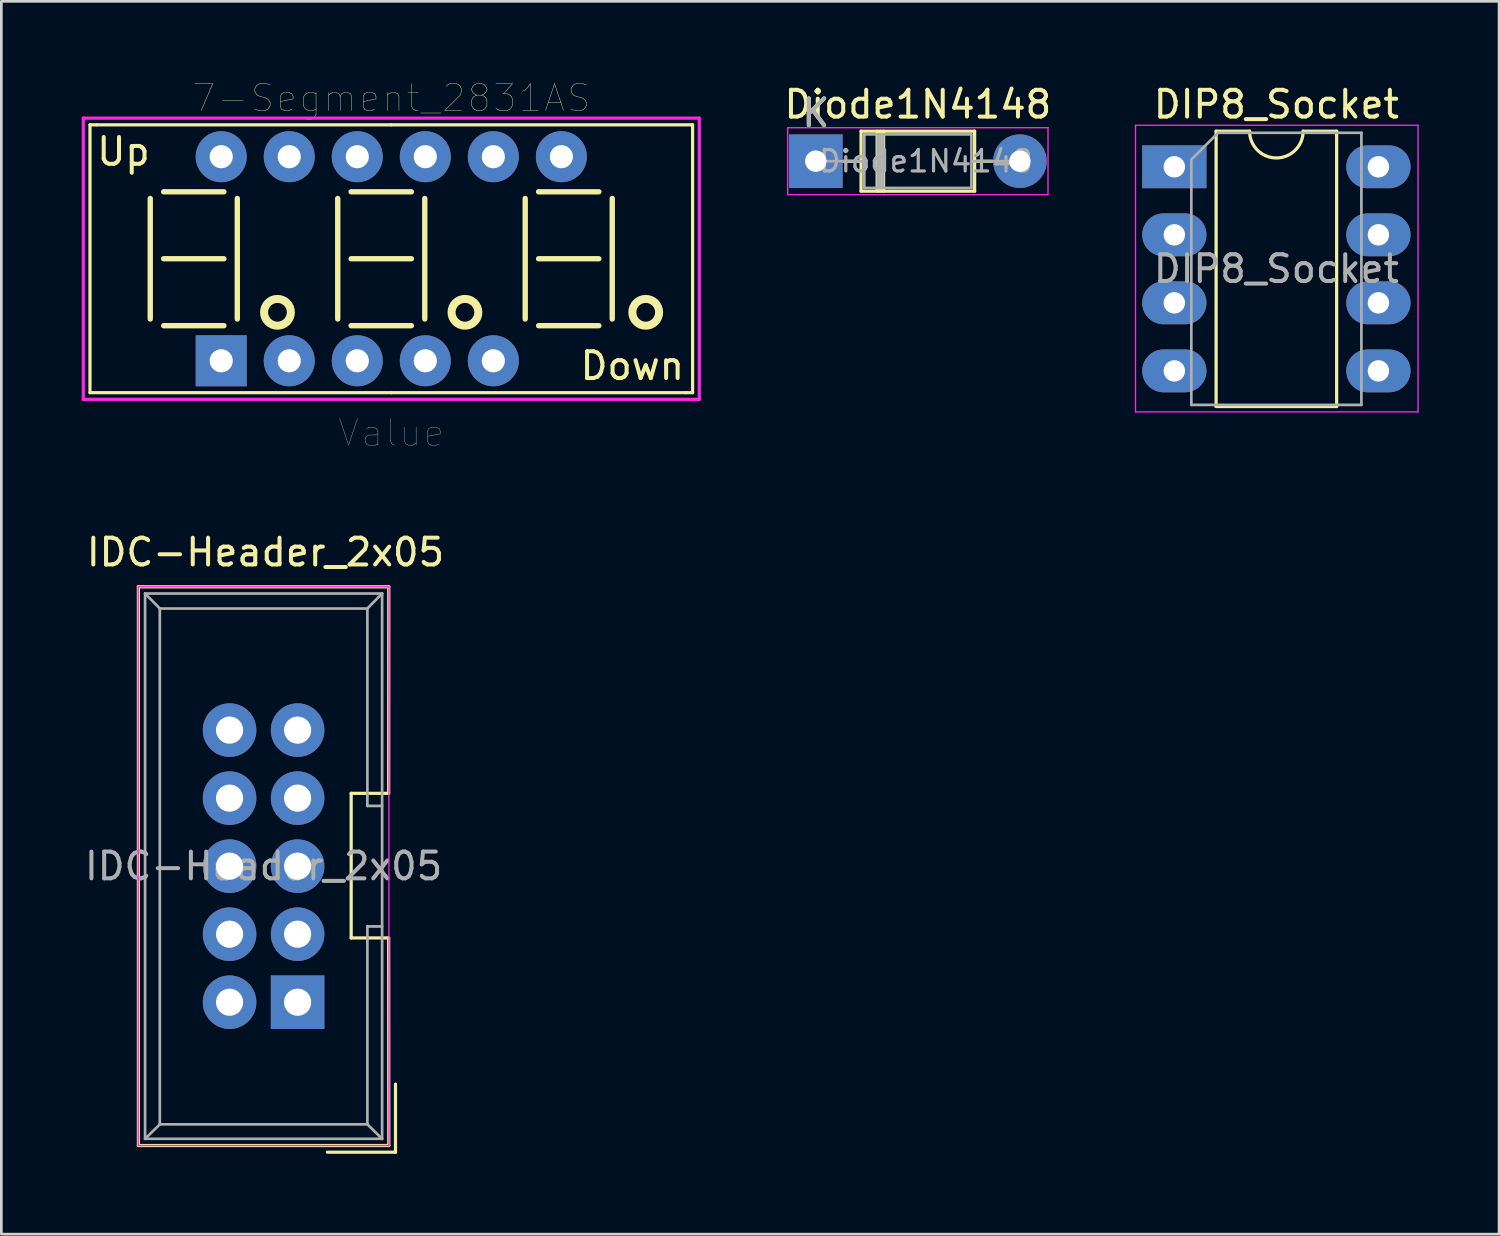
<source format=kicad_pcb>
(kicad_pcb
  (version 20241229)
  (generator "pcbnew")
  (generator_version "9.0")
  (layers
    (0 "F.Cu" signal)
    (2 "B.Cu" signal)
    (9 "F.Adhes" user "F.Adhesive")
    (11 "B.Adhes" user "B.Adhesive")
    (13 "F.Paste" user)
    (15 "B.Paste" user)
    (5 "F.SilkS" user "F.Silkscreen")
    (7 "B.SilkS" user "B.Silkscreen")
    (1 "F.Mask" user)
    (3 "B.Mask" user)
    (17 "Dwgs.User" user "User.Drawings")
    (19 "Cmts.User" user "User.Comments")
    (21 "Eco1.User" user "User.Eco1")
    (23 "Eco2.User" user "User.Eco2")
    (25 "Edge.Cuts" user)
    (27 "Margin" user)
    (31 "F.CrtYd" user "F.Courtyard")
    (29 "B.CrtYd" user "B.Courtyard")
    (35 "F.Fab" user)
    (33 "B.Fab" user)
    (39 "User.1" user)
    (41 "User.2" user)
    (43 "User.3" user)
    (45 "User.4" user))
  (footprint "7-Segment_2831AS"
    (layer "F.Cu")
    (at 11.56 6.611)
    (property "Reference" "7-Segment_2831AS" (at 0 -6 0) (layer "F.SilkS") (effects (font (size 1 1) (thickness 0.015))))
    (attr through_hole)
    (fp_line (start -11.25 -5) (end -11.25 5) (stroke (width 0.12) (type solid)) (layer "F.SilkS"))
    (fp_line (start -11.25 5) (end 0 5) (stroke (width 0.12) (type solid)) (layer "F.SilkS"))
    (fp_line (start -11 -5) (end -11.25 -5) (stroke (width 0.12) (type solid)) (layer "F.SilkS"))
    (fp_line (start -9 2.25) (end -9 -2.25) (stroke (width 0.2) (type solid)) (layer "F.SilkS"))
    (fp_line (start -8.5 -2.5) (end -6.25 -2.5) (stroke (width 0.2) (type solid)) (layer "F.SilkS"))
    (fp_line (start -8.5 0) (end -6.25 0) (stroke (width 0.2) (type solid)) (layer "F.SilkS"))
    (fp_line (start -6.25 2.5) (end -8.5 2.5) (stroke (width 0.2) (type solid)) (layer "F.SilkS"))
    (fp_line (start -5.75 -2.25) (end -5.75 2.25) (stroke (width 0.2) (type solid)) (layer "F.SilkS"))
    (fp_line (start -2 -2.25) (end -2 2.25) (stroke (width 0.2) (type solid)) (layer "F.SilkS"))
    (fp_line (start -1.5 0) (end 0.75 0) (stroke (width 0.2) (type solid)) (layer "F.SilkS"))
    (fp_line (start -1.5 2.5) (end 0.75 2.5) (stroke (width 0.2) (type solid)) (layer "F.SilkS"))
    (fp_line (start 0 -5) (end -11 -5) (stroke (width 0.12) (type solid)) (layer "F.SilkS"))
    (fp_line (start 0 -5) (end 11.25 -5) (stroke (width 0.12) (type solid)) (layer "F.SilkS"))
    (fp_line (start 0 5) (end 11 5) (stroke (width 0.12) (type solid)) (layer "F.SilkS"))
    (fp_line (start 0.75 -2.5) (end -1.5 -2.5) (stroke (width 0.2) (type solid)) (layer "F.SilkS"))
    (fp_line (start 1.25 2.25) (end 1.25 -2.25) (stroke (width 0.2) (type solid)) (layer "F.SilkS"))
    (fp_line (start 5 2.25) (end 5 -2.25) (stroke (width 0.2) (type solid)) (layer "F.SilkS"))
    (fp_line (start 5.5 -2.5) (end 7.75 -2.5) (stroke (width 0.2) (type solid)) (layer "F.SilkS"))
    (fp_line (start 5.5 0) (end 7.75 0) (stroke (width 0.2) (type solid)) (layer "F.SilkS"))
    (fp_line (start 7.75 2.5) (end 5.5 2.5) (stroke (width 0.2) (type solid)) (layer "F.SilkS"))
    (fp_line (start 8.25 -2.25) (end 8.25 2.25) (stroke (width 0.2) (type solid)) (layer "F.SilkS"))
    (fp_line (start 11 5) (end 11.25 5) (stroke (width 0.12) (type solid)) (layer "F.SilkS"))
    (fp_line (start 11.25 -5) (end 11.25 5) (stroke (width 0.12) (type solid)) (layer "F.SilkS"))
    (fp_circle (center -4.25 2) (end -3.75 2) (stroke (width 0.3) (type solid)) (fill no) (layer "F.SilkS"))
    (fp_circle (center 2.75 2) (end 3.25 2) (stroke (width 0.3) (type solid)) (fill no) (layer "F.SilkS"))
    (fp_circle (center 9.5 2) (end 10 2) (stroke (width 0.3) (type solid)) (fill no) (layer "F.SilkS"))
    (fp_line (start -11.5 -5.25) (end 11.5 -5.25) (stroke (width 0.12) (type solid)) (layer "F.CrtYd"))
    (fp_line (start -11.5 5.25) (end -11.5 -5.25) (stroke (width 0.12) (type solid)) (layer "F.CrtYd"))
    (fp_line (start 11.5 -5.25) (end 11.5 5.25) (stroke (width 0.12) (type solid)) (layer "F.CrtYd"))
    (fp_line (start 11.5 5.25) (end -11.5 5.25) (stroke (width 0.12) (type solid)) (layer "F.CrtYd"))
    (fp_text user "Down" (at 9 4 0) (layer "F.SilkS") (effects (font (size 1 1) (thickness 0.15))))
    (fp_text user "Up" (at -10 -4 0) (layer "F.SilkS") (effects (font (size 1 1) (thickness 0.15))))
    (fp_text user "Value" (at 0 6.5 0) (layer "F.Fab") (effects (font (size 1 1) (thickness 0.015))))
    (pad "1" thru_hole rect (at -6.35 3.81) (size 1.905 1.905) (drill 0.864) (layers "*.Cu" "*.Mask"))
    (pad "2" thru_hole circle (at -3.81 3.81) (size 1.905 1.905) (drill 0.864) (layers "*.Cu" "*.Mask"))
    (pad "3" thru_hole circle (at -1.27 3.81) (size 1.905 1.905) (drill 0.864) (layers "*.Cu" "*.Mask"))
    (pad "4" thru_hole circle (at 1.27 3.81) (size 1.905 1.905) (drill 0.864) (layers "*.Cu" "*.Mask"))
    (pad "5" thru_hole circle (at 3.81 3.81) (size 1.905 1.905) (drill 0.864) (layers "*.Cu" "*.Mask"))
    (pad "7" thru_hole circle (at 6.35 -3.81) (size 1.905 1.905) (drill 0.864) (layers "*.Cu" "*.Mask"))
    (pad "8" thru_hole circle (at 3.81 -3.81) (size 1.905 1.905) (drill 0.864) (layers "*.Cu" "*.Mask"))
    (pad "9" thru_hole circle (at 1.27 -3.81) (size 1.905 1.905) (drill 0.864) (layers "*.Cu" "*.Mask"))
    (pad "10" thru_hole circle (at -1.27 -3.81) (size 1.905 1.905) (drill 0.864) (layers "*.Cu" "*.Mask"))
    (pad "11" thru_hole circle (at -3.81 -3.81) (size 1.905 1.905) (drill 0.864) (layers "*.Cu" "*.Mask"))
    (pad "12" thru_hole circle (at -6.35 -3.81) (size 1.905 1.905) (drill 0.864) (layers "*.Cu" "*.Mask")))
  (footprint "DIP8_Socket"
    (layer "F.Cu")
    (at 40.797 3.178)
    (property "Reference" "DIP8_Socket" (at 3.81 -2.33 0) (layer "F.SilkS") (effects (font (size 1 1) (thickness 0.15))))
    (attr through_hole)
    (fp_line (start 1.56 -1.33) (end 1.56 8.95) (stroke (width 0.12) (type solid)) (layer "F.SilkS"))
    (fp_line (start 1.56 8.95) (end 6.06 8.95) (stroke (width 0.12) (type solid)) (layer "F.SilkS"))
    (fp_line (start 2.81 -1.33) (end 1.56 -1.33) (stroke (width 0.12) (type solid)) (layer "F.SilkS"))
    (fp_line (start 6.06 -1.33) (end 4.81 -1.33) (stroke (width 0.12) (type solid)) (layer "F.SilkS"))
    (fp_line (start 6.06 8.95) (end 6.06 -1.33) (stroke (width 0.12) (type solid)) (layer "F.SilkS"))
    (fp_arc (start 4.81 -1.33) (mid 3.81 -0.33) (end 2.81 -1.33) (stroke (width 0.12) (type solid)) (layer "F.SilkS"))
    (fp_line (start -1.45 -1.55) (end -1.45 9.15) (stroke (width 0.05) (type solid)) (layer "F.CrtYd"))
    (fp_line (start -1.45 9.15) (end 9.1 9.15) (stroke (width 0.05) (type solid)) (layer "F.CrtYd"))
    (fp_line (start 9.1 -1.55) (end -1.45 -1.55) (stroke (width 0.05) (type solid)) (layer "F.CrtYd"))
    (fp_line (start 9.1 9.15) (end 9.1 -1.55) (stroke (width 0.05) (type solid)) (layer "F.CrtYd"))
    (fp_line (start 0.635 -0.27) (end 1.635 -1.27) (stroke (width 0.1) (type solid)) (layer "F.Fab"))
    (fp_line (start 0.635 8.89) (end 0.635 -0.27) (stroke (width 0.1) (type solid)) (layer "F.Fab"))
    (fp_line (start 1.635 -1.27) (end 6.985 -1.27) (stroke (width 0.1) (type solid)) (layer "F.Fab"))
    (fp_line (start 6.985 -1.27) (end 6.985 8.89) (stroke (width 0.1) (type solid)) (layer "F.Fab"))
    (fp_line (start 6.985 8.89) (end 0.635 8.89) (stroke (width 0.1) (type solid)) (layer "F.Fab"))
    (fp_text user "${REFERENCE}" (at 3.81 3.81 0) (layer "F.Fab") (effects (font (size 1 1) (thickness 0.15))))
    (pad "1" thru_hole rect (at 0 0) (size 2.4 1.6) (drill 0.8) (layers "*.Cu" "*.Mask"))
    (pad "2" thru_hole oval (at 0 2.54) (size 2.4 1.6) (drill 0.8) (layers "*.Cu" "*.Mask"))
    (pad "3" thru_hole oval (at 0 5.08) (size 2.4 1.6) (drill 0.8) (layers "*.Cu" "*.Mask"))
    (pad "4" thru_hole oval (at 0 7.62) (size 2.4 1.6) (drill 0.8) (layers "*.Cu" "*.Mask"))
    (pad "5" thru_hole oval (at 7.62 7.62) (size 2.4 1.6) (drill 0.8) (layers "*.Cu" "*.Mask"))
    (pad "6" thru_hole oval (at 7.62 5.08) (size 2.4 1.6) (drill 0.8) (layers "*.Cu" "*.Mask"))
    (pad "7" thru_hole oval (at 7.62 2.54) (size 2.4 1.6) (drill 0.8) (layers "*.Cu" "*.Mask"))
    (pad "8" thru_hole oval (at 7.62 0) (size 2.4 1.6) (drill 0.8) (layers "*.Cu" "*.Mask")))
  (footprint "IDC-Header_2x05"
    (layer "F.Cu")
    (at 8.062 34.371)
    (property "Reference" "IDC-Header_2x05" (at -1.2 -16.8 180) (layer "F.SilkS") (effects (font (size 1 1) (thickness 0.15))))
    (attr through_hole)
    (fp_line (start -5.945 -15.51) (end 3.405 -15.51) (stroke (width 0.12) (type solid)) (layer "F.SilkS"))
    (fp_line (start -5.945 5.35) (end -5.945 -15.51) (stroke (width 0.12) (type solid)) (layer "F.SilkS"))
    (fp_line (start 2 -7.8) (end 2 -2.4) (stroke (width 0.12) (type solid)) (layer "F.SilkS"))
    (fp_line (start 2 -2.4) (end 3.4 -2.4) (stroke (width 0.12) (type solid)) (layer "F.SilkS"))
    (fp_line (start 3.4 -7.8) (end 2 -7.8) (stroke (width 0.12) (type solid)) (layer "F.SilkS"))
    (fp_line (start 3.4 -7.8) (end 3.405 -15.51) (stroke (width 0.12) (type solid)) (layer "F.SilkS"))
    (fp_line (start 3.4 -2.4) (end 3.405 5.35) (stroke (width 0.12) (type solid)) (layer "F.SilkS"))
    (fp_line (start 3.405 5.35) (end -5.945 5.35) (stroke (width 0.12) (type solid)) (layer "F.SilkS"))
    (fp_line (start 3.655 5.6) (end 1.115 5.6) (stroke (width 0.12) (type solid)) (layer "F.SilkS"))
    (fp_line (start 3.655 5.6) (end 3.655 3.06) (stroke (width 0.12) (type solid)) (layer "F.SilkS"))
    (fp_line (start -5.95 -15.51) (end 3.41 -15.51) (stroke (width 0.05) (type solid)) (layer "F.CrtYd"))
    (fp_line (start -5.95 5.35) (end -5.95 -15.51) (stroke (width 0.05) (type solid)) (layer "F.CrtYd"))
    (fp_line (start 3.41 -15.51) (end 3.41 5.35) (stroke (width 0.05) (type solid)) (layer "F.CrtYd"))
    (fp_line (start 3.41 5.35) (end -5.95 5.35) (stroke (width 0.05) (type solid)) (layer "F.CrtYd"))
    (fp_line (start -5.695 -15.26) (end -5.145 -14.7) (stroke (width 0.1) (type solid)) (layer "F.Fab"))
    (fp_line (start -5.695 -15.26) (end 3.155 -15.26) (stroke (width 0.1) (type solid)) (layer "F.Fab"))
    (fp_line (start -5.695 5.1) (end -5.695 -15.26) (stroke (width 0.1) (type solid)) (layer "F.Fab"))
    (fp_line (start -5.695 5.1) (end -5.145 4.56) (stroke (width 0.1) (type solid)) (layer "F.Fab"))
    (fp_line (start -5.695 5.1) (end 3.155 5.1) (stroke (width 0.1) (type solid)) (layer "F.Fab"))
    (fp_line (start -5.145 -14.7) (end 2.605 -14.7) (stroke (width 0.1) (type solid)) (layer "F.Fab"))
    (fp_line (start -5.145 4.56) (end -5.145 -14.7) (stroke (width 0.1) (type solid)) (layer "F.Fab"))
    (fp_line (start -5.145 4.56) (end 2.605 4.56) (stroke (width 0.1) (type solid)) (layer "F.Fab"))
    (fp_line (start 2.605 -7.33) (end 2.605 -14.7) (stroke (width 0.1) (type solid)) (layer "F.Fab"))
    (fp_line (start 2.605 -7.33) (end 3.155 -7.33) (stroke (width 0.1) (type solid)) (layer "F.Fab"))
    (fp_line (start 2.605 -2.83) (end 3.155 -2.83) (stroke (width 0.1) (type solid)) (layer "F.Fab"))
    (fp_line (start 2.605 4.56) (end 2.605 -2.83) (stroke (width 0.1) (type solid)) (layer "F.Fab"))
    (fp_line (start 3.155 -15.26) (end 2.605 -14.7) (stroke (width 0.1) (type solid)) (layer "F.Fab"))
    (fp_line (start 3.155 5.1) (end 2.605 4.56) (stroke (width 0.1) (type solid)) (layer "F.Fab"))
    (fp_line (start 3.155 5.1) (end 3.155 -15.26) (stroke (width 0.1) (type solid)) (layer "F.Fab"))
    (fp_text user "${REFERENCE}" (at -1.27 -5.08 180) (layer "F.Fab") (effects (font (size 1 1) (thickness 0.15))))
    (pad "1" thru_hole rect (at 0 0 180) (size 2 2) (drill 1.016) (layers "*.Cu" "*.Mask"))
    (pad "2" thru_hole circle (at -2.54 0 180) (size 2 2) (drill 1.016) (layers "*.Cu" "*.Mask"))
    (pad "3" thru_hole circle (at 0 -2.54 180) (size 2 2) (drill 1.016) (layers "*.Cu" "*.Mask"))
    (pad "4" thru_hole circle (at -2.54 -2.54 180) (size 2 2) (drill 1.016) (layers "*.Cu" "*.Mask"))
    (pad "5" thru_hole circle (at 0 -5.08 180) (size 2 2) (drill 1.016) (layers "*.Cu" "*.Mask"))
    (pad "6" thru_hole circle (at -2.54 -5.08 180) (size 2 2) (drill 1.016) (layers "*.Cu" "*.Mask"))
    (pad "7" thru_hole circle (at 0 -7.62 180) (size 2 2) (drill 1.016) (layers "*.Cu" "*.Mask"))
    (pad "8" thru_hole circle (at -2.54 -7.62 180) (size 2 2) (drill 1.016) (layers "*.Cu" "*.Mask"))
    (pad "9" thru_hole circle (at 0 -10.16 180) (size 2 2) (drill 1.016) (layers "*.Cu" "*.Mask"))
    (pad "10" thru_hole circle (at -2.54 -10.16 180) (size 2 2) (drill 1.016) (layers "*.Cu" "*.Mask")))
  (footprint "Diode1N4148"
    (layer "F.Cu")
    (at 27.411 2.968)
    (property "Reference" "Diode1N4148" (at 3.81 -2.12 0) (layer "F.SilkS") (effects (font (size 1 1) (thickness 0.15))))
    (attr through_hole)
    (fp_line (start 1.04 0) (end 1.69 0) (stroke (width 0.12) (type solid)) (layer "F.SilkS"))
    (fp_line (start 1.69 -1.12) (end 1.69 1.12) (stroke (width 0.12) (type solid)) (layer "F.SilkS"))
    (fp_line (start 1.69 1.12) (end 5.93 1.12) (stroke (width 0.12) (type solid)) (layer "F.SilkS"))
    (fp_line (start 2.29 -1.12) (end 2.29 1.12) (stroke (width 0.12) (type solid)) (layer "F.SilkS"))
    (fp_line (start 2.41 -1.12) (end 2.41 1.12) (stroke (width 0.12) (type solid)) (layer "F.SilkS"))
    (fp_line (start 2.53 -1.12) (end 2.53 1.12) (stroke (width 0.12) (type solid)) (layer "F.SilkS"))
    (fp_line (start 5.93 -1.12) (end 1.69 -1.12) (stroke (width 0.12) (type solid)) (layer "F.SilkS"))
    (fp_line (start 5.93 1.12) (end 5.93 -1.12) (stroke (width 0.12) (type solid)) (layer "F.SilkS"))
    (fp_line (start 6.58 0) (end 5.93 0) (stroke (width 0.12) (type solid)) (layer "F.SilkS"))
    (fp_line (start -1.05 -1.25) (end -1.05 1.25) (stroke (width 0.05) (type solid)) (layer "F.CrtYd"))
    (fp_line (start -1.05 1.25) (end 8.67 1.25) (stroke (width 0.05) (type solid)) (layer "F.CrtYd"))
    (fp_line (start 8.67 -1.25) (end -1.05 -1.25) (stroke (width 0.05) (type solid)) (layer "F.CrtYd"))
    (fp_line (start 8.67 1.25) (end 8.67 -1.25) (stroke (width 0.05) (type solid)) (layer "F.CrtYd"))
    (fp_line (start 0 0) (end 1.81 0) (stroke (width 0.1) (type solid)) (layer "F.Fab"))
    (fp_line (start 1.81 -1) (end 1.81 1) (stroke (width 0.1) (type solid)) (layer "F.Fab"))
    (fp_line (start 1.81 1) (end 5.81 1) (stroke (width 0.1) (type solid)) (layer "F.Fab"))
    (fp_line (start 2.31 -1) (end 2.31 1) (stroke (width 0.1) (type solid)) (layer "F.Fab"))
    (fp_line (start 2.41 -1) (end 2.41 1) (stroke (width 0.1) (type solid)) (layer "F.Fab"))
    (fp_line (start 2.51 -1) (end 2.51 1) (stroke (width 0.1) (type solid)) (layer "F.Fab"))
    (fp_line (start 5.81 -1) (end 1.81 -1) (stroke (width 0.1) (type solid)) (layer "F.Fab"))
    (fp_line (start 5.81 1) (end 5.81 -1) (stroke (width 0.1) (type solid)) (layer "F.Fab"))
    (fp_line (start 7.62 0) (end 5.81 0) (stroke (width 0.1) (type solid)) (layer "F.Fab"))
    (fp_text user "K" (at 0 -1.8 0) (layer "F.SilkS") (effects (font (size 1 1) (thickness 0.15))))
    (fp_text user "${REFERENCE}" (at 4.11 0 0) (layer "F.Fab") (effects (font (size 0.8 0.8) (thickness 0.12))))
    (fp_text user "K" (at 0 -1.8 0) (layer "F.Fab") (effects (font (size 1 1) (thickness 0.15))))
    (pad "1" thru_hole rect (at 0 0) (size 2 2) (drill 0.8) (layers "*.Cu" "*.Mask"))
    (pad "2" thru_hole circle (at 7.62 0) (size 2 2) (drill 0.8) (layers "*.Cu" "*.Mask")))
  (gr_rect
    (start -3 -3)
    (end 52.922 43.031)
    (stroke (width 0.1) (type default))
    (fill no)
    (layer "Edge.Cuts")))
</source>
